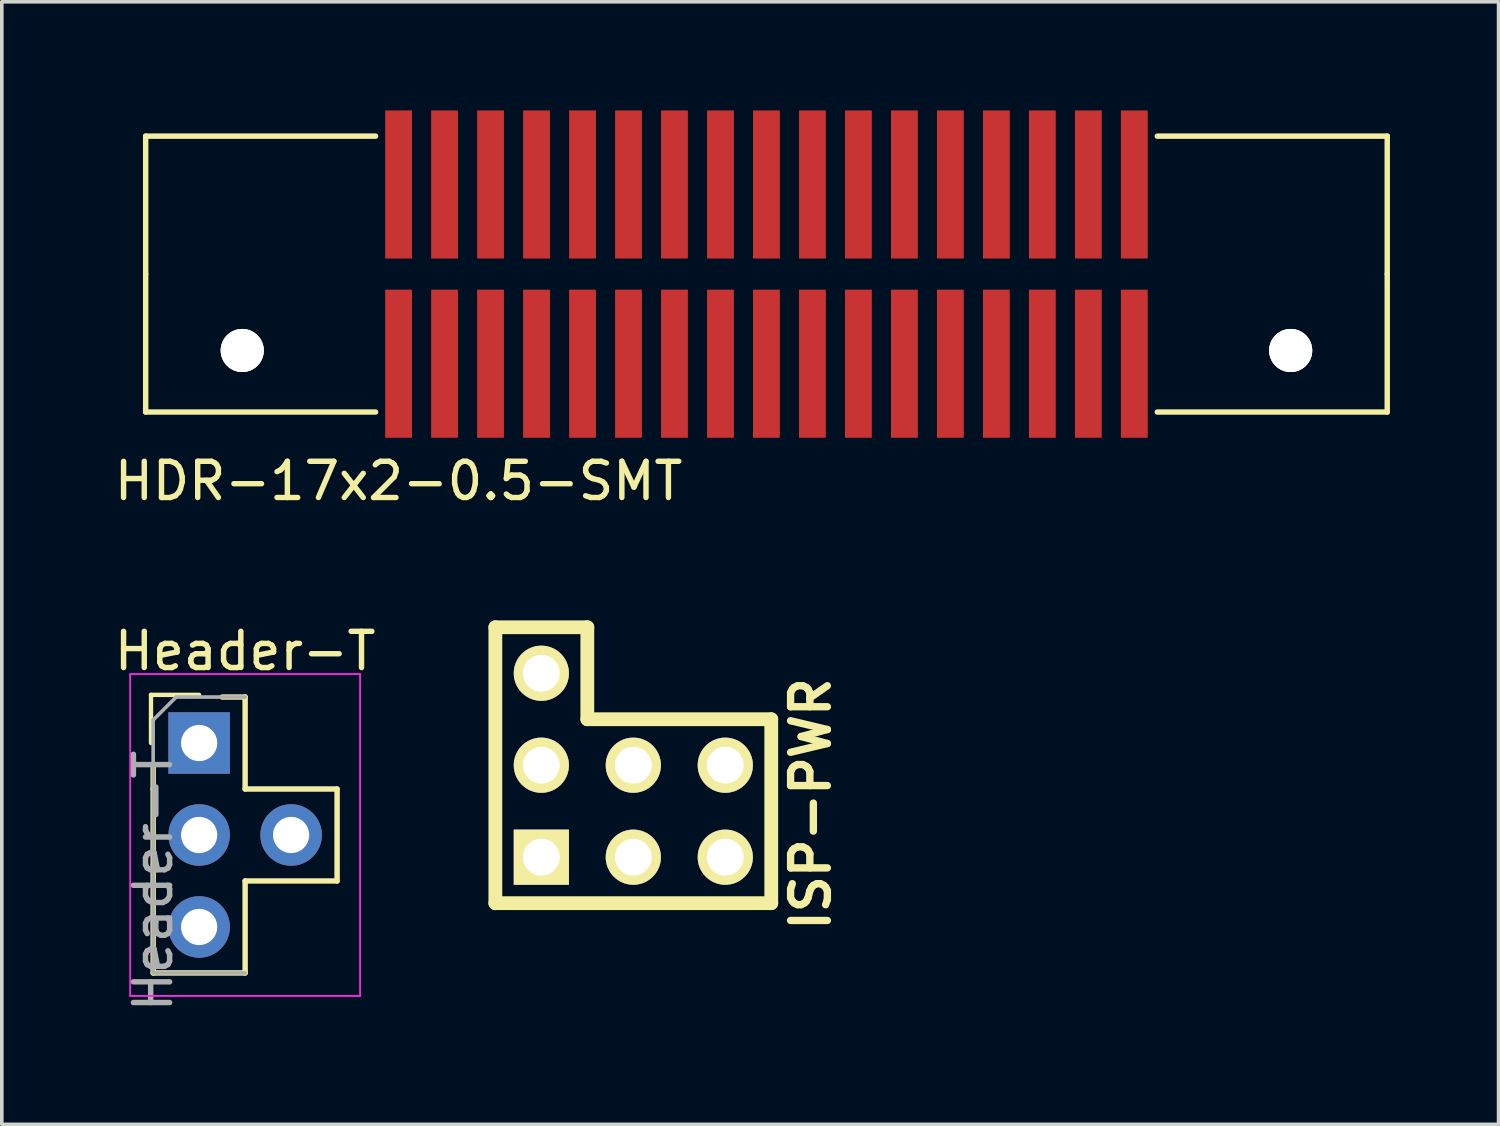
<source format=kicad_pcb>
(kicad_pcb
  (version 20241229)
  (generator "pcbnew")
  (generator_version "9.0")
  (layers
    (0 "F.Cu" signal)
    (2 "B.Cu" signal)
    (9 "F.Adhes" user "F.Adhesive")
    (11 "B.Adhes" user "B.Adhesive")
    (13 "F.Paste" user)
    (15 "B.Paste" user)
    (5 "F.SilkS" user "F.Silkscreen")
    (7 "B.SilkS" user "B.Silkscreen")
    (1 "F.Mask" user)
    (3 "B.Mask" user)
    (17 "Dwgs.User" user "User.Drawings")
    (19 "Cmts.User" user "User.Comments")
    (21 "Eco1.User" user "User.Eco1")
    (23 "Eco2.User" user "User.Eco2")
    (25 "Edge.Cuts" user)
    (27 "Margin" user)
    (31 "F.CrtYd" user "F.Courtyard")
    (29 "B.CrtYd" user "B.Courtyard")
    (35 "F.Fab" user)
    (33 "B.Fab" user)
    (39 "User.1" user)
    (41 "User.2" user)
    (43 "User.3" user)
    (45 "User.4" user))
  (footprint "ISP-PWR"
    (layer "F.Cu")
    (at 14.441 19.354)
    (property "Reference" "ISP-PWR" (at 4.9 -0.2 90) (layer "F.SilkS") (effects (font (size 1.016 1.016) (thickness 0.203))))
    (attr through_hole)
    (fp_line (start -3.81 -5.08) (end -1.27 -5.08) (stroke (width 0.381) (type solid)) (layer "F.SilkS"))
    (fp_line (start -3.81 2.54) (end -3.81 -5.08) (stroke (width 0.381) (type solid)) (layer "F.SilkS"))
    (fp_line (start -1.27 -5.08) (end -1.27 -2.54) (stroke (width 0.381) (type solid)) (layer "F.SilkS"))
    (fp_line (start -1.27 -2.54) (end 3.81 -2.54) (stroke (width 0.381) (type solid)) (layer "F.SilkS"))
    (fp_line (start 3.81 -2.54) (end 3.81 2.54) (stroke (width 0.381) (type solid)) (layer "F.SilkS"))
    (fp_line (start 3.81 2.54) (end -3.81 2.54) (stroke (width 0.381) (type solid)) (layer "F.SilkS"))
    (pad "1" thru_hole rect (at -2.54 1.27) (size 1.524 1.524) (drill 1.016) (layers "*.Cu" "*.Mask" "F.SilkS"))
    (pad "2" thru_hole circle (at -2.54 -1.27) (size 1.524 1.524) (drill 1.016) (layers "*.Cu" "*.Mask" "F.SilkS"))
    (pad "3" thru_hole circle (at 0 1.27) (size 1.524 1.524) (drill 1.016) (layers "*.Cu" "*.Mask" "F.SilkS"))
    (pad "4" thru_hole circle (at 0 -1.27) (size 1.524 1.524) (drill 1.016) (layers "*.Cu" "*.Mask" "F.SilkS"))
    (pad "5" thru_hole circle (at 2.54 1.27) (size 1.524 1.524) (drill 1.016) (layers "*.Cu" "*.Mask" "F.SilkS"))
    (pad "6" thru_hole circle (at 2.54 -1.27) (size 1.524 1.524) (drill 1.016) (layers "*.Cu" "*.Mask" "F.SilkS"))
    (pad "7" thru_hole circle (at -2.54 -3.81) (size 1.524 1.524) (drill 1.016) (layers "*.Cu" "*.Mask" "F.SilkS")))
  (footprint "Header-T"
    (layer "F.Cu")
    (at 2.45 17.471)
    (property "Reference" "Header-T" (at 1.27 -2.54 0) (layer "F.SilkS") (effects (font (size 1 1) (thickness 0.15))))
    (attr through_hole)
    (fp_line (start -1.33 -1.33) (end 0 -1.33) (stroke (width 0.12) (type solid)) (layer "F.SilkS"))
    (fp_line (start -1.33 0) (end -1.33 -1.33) (stroke (width 0.12) (type solid)) (layer "F.SilkS"))
    (fp_line (start -1.27 1.27) (end -1.27 0.635) (stroke (width 0.15) (type solid)) (layer "F.SilkS"))
    (fp_line (start -1.27 6.35) (end -1.27 1.27) (stroke (width 0.15) (type solid)) (layer "F.SilkS"))
    (fp_line (start 1.27 -1.27) (end 0.635 -1.27) (stroke (width 0.15) (type solid)) (layer "F.SilkS"))
    (fp_line (start 1.27 -1.27) (end 1.27 1.27) (stroke (width 0.15) (type solid)) (layer "F.SilkS"))
    (fp_line (start 1.27 1.27) (end 3.81 1.27) (stroke (width 0.15) (type solid)) (layer "F.SilkS"))
    (fp_line (start 1.27 3.81) (end 1.27 6.35) (stroke (width 0.15) (type solid)) (layer "F.SilkS"))
    (fp_line (start 1.27 6.35) (end -1.27 6.35) (stroke (width 0.15) (type solid)) (layer "F.SilkS"))
    (fp_line (start 3.81 1.27) (end 3.81 3.81) (stroke (width 0.15) (type solid)) (layer "F.SilkS"))
    (fp_line (start 3.81 3.81) (end 1.27 3.81) (stroke (width 0.15) (type solid)) (layer "F.SilkS"))
    (fp_line (start -1.905 -1.905) (end -1.905 6.985) (stroke (width 0.05) (type solid)) (layer "F.CrtYd"))
    (fp_line (start -1.905 6.985) (end 4.445 6.985) (stroke (width 0.05) (type solid)) (layer "F.CrtYd"))
    (fp_line (start 4.445 -1.905) (end -1.905 -1.905) (stroke (width 0.05) (type solid)) (layer "F.CrtYd"))
    (fp_line (start 4.445 6.985) (end 4.445 -1.905) (stroke (width 0.05) (type solid)) (layer "F.CrtYd"))
    (fp_line (start -1.27 -0.635) (end -0.635 -1.27) (stroke (width 0.1) (type solid)) (layer "F.Fab"))
    (fp_line (start -1.27 6.35) (end -1.27 -0.635) (stroke (width 0.1) (type solid)) (layer "F.Fab"))
    (fp_line (start -0.635 -1.27) (end 1.27 -1.27) (stroke (width 0.1) (type solid)) (layer "F.Fab"))
    (fp_line (start 1.27 6.35) (end -1.27 6.35) (stroke (width 0.1) (type solid)) (layer "F.Fab"))
    (fp_text user "${REFERENCE}" (at -1.27 3.81 90) (layer "F.Fab") (effects (font (size 1 1) (thickness 0.15))))
    (pad "CM" thru_hole oval (at 0 2.54) (size 1.7 1.7) (drill 1) (layers "*.Cu" "*.Mask"))
    (pad "DN" thru_hole oval (at 0 5.08) (size 1.7 1.7) (drill 1) (layers "*.Cu" "*.Mask"))
    (pad "LF" thru_hole oval (at 2.54 2.54) (size 1.7 1.7) (drill 1) (layers "*.Cu" "*.Mask"))
    (pad "UP" thru_hole rect (at 0 0) (size 1.7 1.7) (drill 1) (layers "*.Cu" "*.Mask")))
  (footprint "HDR-17x2-0.5-SMT"
    (layer "F.Cu")
    (at 18.118 4.52)
    (property "Reference" "HDR-17x2-0.5-SMT" (at -10.16 5.715 0) (layer "F.SilkS") (effects (font (size 1 1) (thickness 0.15))))
    (attr through_hole)
    (fp_line (start -17.145 -3.81) (end -10.795 -3.81) (stroke (width 0.15) (type solid)) (layer "F.SilkS"))
    (fp_line (start -17.145 0) (end -17.145 -3.81) (stroke (width 0.15) (type solid)) (layer "F.SilkS"))
    (fp_line (start -17.145 0) (end -17.145 3.81) (stroke (width 0.15) (type solid)) (layer "F.SilkS"))
    (fp_line (start -17.145 3.81) (end -10.795 3.81) (stroke (width 0.15) (type solid)) (layer "F.SilkS"))
    (fp_line (start 17.145 -3.81) (end 10.795 -3.81) (stroke (width 0.15) (type solid)) (layer "F.SilkS"))
    (fp_line (start 17.145 0) (end 17.145 -3.81) (stroke (width 0.15) (type solid)) (layer "F.SilkS"))
    (fp_line (start 17.145 0) (end 17.145 3.81) (stroke (width 0.15) (type solid)) (layer "F.SilkS"))
    (fp_line (start 17.145 3.81) (end 10.795 3.81) (stroke (width 0.15) (type solid)) (layer "F.SilkS"))
    (pad "1" smd rect (at -10.16 2.475) (size 0.74 4.09) (layers "F.Cu" "F.Mask" "F.Paste"))
    (pad "2" smd rect (at -10.16 -2.475) (size 0.74 4.09) (layers "F.Cu" "F.Mask" "F.Paste"))
    (pad "3" smd rect (at -8.89 2.475) (size 0.74 4.09) (layers "F.Cu" "F.Mask" "F.Paste"))
    (pad "4" smd rect (at -8.89 -2.475) (size 0.74 4.09) (layers "F.Cu" "F.Mask" "F.Paste"))
    (pad "5" smd rect (at -7.62 2.475) (size 0.74 4.09) (layers "F.Cu" "F.Mask" "F.Paste"))
    (pad "6" smd rect (at -7.62 -2.475) (size 0.74 4.09) (layers "F.Cu" "F.Mask" "F.Paste"))
    (pad "7" smd rect (at -6.35 2.475) (size 0.74 4.09) (layers "F.Cu" "F.Mask" "F.Paste"))
    (pad "8" smd rect (at -6.35 -2.475) (size 0.74 4.09) (layers "F.Cu" "F.Mask" "F.Paste"))
    (pad "9" smd rect (at -5.08 2.475) (size 0.74 4.09) (layers "F.Cu" "F.Mask" "F.Paste"))
    (pad "10" smd rect (at -5.08 -2.475) (size 0.74 4.09) (layers "F.Cu" "F.Mask" "F.Paste"))
    (pad "11" smd rect (at -3.81 2.475) (size 0.74 4.09) (layers "F.Cu" "F.Mask" "F.Paste"))
    (pad "12" smd rect (at -3.81 -2.475) (size 0.74 4.09) (layers "F.Cu" "F.Mask" "F.Paste"))
    (pad "13" smd rect (at -2.54 2.475) (size 0.74 4.09) (layers "F.Cu" "F.Mask" "F.Paste"))
    (pad "14" smd rect (at -2.54 -2.475) (size 0.74 4.09) (layers "F.Cu" "F.Mask" "F.Paste"))
    (pad "15" smd rect (at -1.27 2.475) (size 0.74 4.09) (layers "F.Cu" "F.Mask" "F.Paste"))
    (pad "16" smd rect (at -1.27 -2.475) (size 0.74 4.09) (layers "F.Cu" "F.Mask" "F.Paste"))
    (pad "17" smd rect (at 0 2.475) (size 0.74 4.09) (layers "F.Cu" "F.Mask" "F.Paste"))
    (pad "18" smd rect (at 0 -2.475) (size 0.74 4.09) (layers "F.Cu" "F.Mask" "F.Paste"))
    (pad "19" smd rect (at 1.27 2.475) (size 0.74 4.09) (layers "F.Cu" "F.Mask" "F.Paste"))
    (pad "20" smd rect (at 1.27 -2.475) (size 0.74 4.09) (layers "F.Cu" "F.Mask" "F.Paste"))
    (pad "21" smd rect (at 2.54 2.475) (size 0.74 4.09) (layers "F.Cu" "F.Mask" "F.Paste"))
    (pad "22" smd rect (at 2.54 -2.475) (size 0.74 4.09) (layers "F.Cu" "F.Mask" "F.Paste"))
    (pad "23" smd rect (at 3.81 2.475) (size 0.74 4.09) (layers "F.Cu" "F.Mask" "F.Paste"))
    (pad "24" smd rect (at 3.81 -2.475) (size 0.74 4.09) (layers "F.Cu" "F.Mask" "F.Paste"))
    (pad "25" smd rect (at 5.08 2.475) (size 0.74 4.09) (layers "F.Cu" "F.Mask" "F.Paste"))
    (pad "26" smd rect (at 5.08 -2.475) (size 0.74 4.09) (layers "F.Cu" "F.Mask" "F.Paste"))
    (pad "27" smd rect (at 6.35 2.475) (size 0.74 4.09) (layers "F.Cu" "F.Mask" "F.Paste"))
    (pad "28" smd rect (at 6.35 -2.475) (size 0.74 4.09) (layers "F.Cu" "F.Mask" "F.Paste"))
    (pad "29" smd rect (at 7.62 2.475) (size 0.74 4.09) (layers "F.Cu" "F.Mask" "F.Paste"))
    (pad "30" smd rect (at 7.62 -2.475) (size 0.74 4.09) (layers "F.Cu" "F.Mask" "F.Paste"))
    (pad "31" smd rect (at 8.89 2.475) (size 0.74 4.09) (layers "F.Cu" "F.Mask" "F.Paste"))
    (pad "32" smd rect (at 8.89 -2.475) (size 0.74 4.09) (layers "F.Cu" "F.Mask" "F.Paste"))
    (pad "33" smd rect (at 10.16 2.475) (size 0.74 4.09) (layers "F.Cu" "F.Mask" "F.Paste"))
    (pad "34" smd rect (at 10.16 -2.475) (size 0.74 4.09) (layers "F.Cu" "F.Mask" "F.Paste"))
    (pad "35" thru_hole circle (at -14.478 2.11) (size 1.19 1.19) (drill 1.19) (layers "*.Cu" "*.Mask" "F.SilkS"))
    (pad "36" thru_hole circle (at 14.478 2.11) (size 1.19 1.19) (drill 1.19) (layers "*.Cu" "*.Mask" "F.SilkS")))
  (gr_rect
    (start -3 -3)
    (end 38.338 28.002)
    (stroke (width 0.1) (type default))
    (fill no)
    (layer "Edge.Cuts")))
</source>
